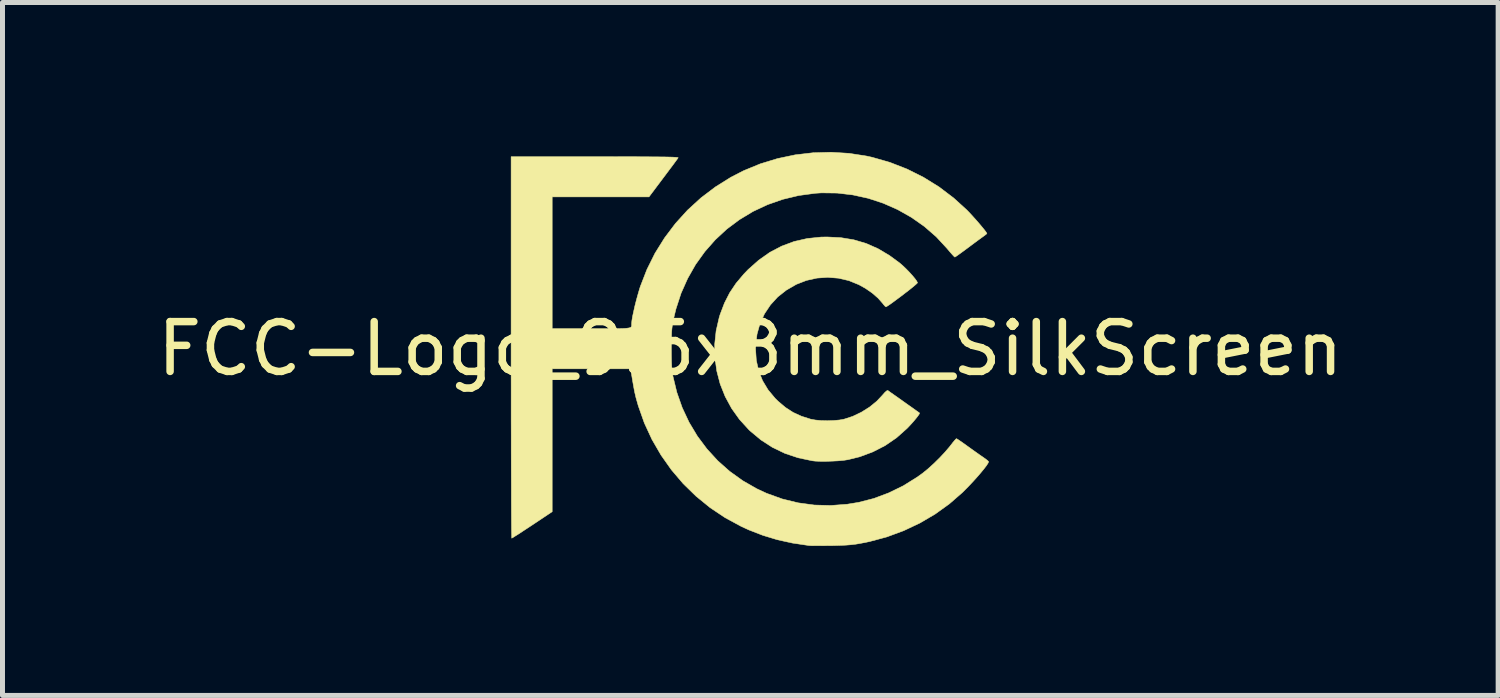
<source format=kicad_pcb>
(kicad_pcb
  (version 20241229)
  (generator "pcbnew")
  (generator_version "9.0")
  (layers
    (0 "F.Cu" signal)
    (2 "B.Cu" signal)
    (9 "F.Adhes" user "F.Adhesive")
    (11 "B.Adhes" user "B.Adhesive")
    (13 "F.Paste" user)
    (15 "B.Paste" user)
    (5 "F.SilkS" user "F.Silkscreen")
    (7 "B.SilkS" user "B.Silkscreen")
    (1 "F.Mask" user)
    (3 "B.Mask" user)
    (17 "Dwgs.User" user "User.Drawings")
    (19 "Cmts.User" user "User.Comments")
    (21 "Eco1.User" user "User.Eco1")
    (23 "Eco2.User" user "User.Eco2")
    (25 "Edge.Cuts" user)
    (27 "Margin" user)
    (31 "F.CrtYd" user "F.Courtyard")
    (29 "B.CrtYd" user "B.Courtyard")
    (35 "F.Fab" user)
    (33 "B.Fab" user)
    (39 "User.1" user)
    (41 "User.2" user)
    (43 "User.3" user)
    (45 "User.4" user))
  (footprint "FCC-Logo_9.6x8mm_SilkScreen"
    (layer "F.Cu")
    (at 12.006 3.948)
    (property "Reference" "FCC-Logo_9.6x8mm_SilkScreen" (at 0 0 0) (layer "F.SilkS") (effects (font (size 1 1) (thickness 0.15))))
    (attr exclude_from_pos_files exclude_from_bom)
    (fp_poly (pts (xy 1.817 -2.229) (xy 2.077 -2.186) (xy 2.324 -2.113) (xy 2.562 -2.008) (xy 2.794 -1.87) (xy 2.999 -1.719) (xy 3.061 -1.665) (xy 3.128 -1.601) (xy 3.194 -1.533) (xy 3.255 -1.465) (xy 3.305 -1.405) (xy 3.34 -1.356) (xy 3.354 -1.326) (xy 3.355 -1.324) (xy 3.341 -1.308) (xy 3.304 -1.275) (xy 3.249 -1.229) (xy 3.18 -1.174) (xy 3.102 -1.114) (xy 3.02 -1.051) (xy 2.939 -0.991) (xy 2.865 -0.936) (xy 2.801 -0.89) (xy 2.752 -0.858) (xy 2.725 -0.842) (xy 2.721 -0.841) (xy 2.703 -0.854) (xy 2.673 -0.888) (xy 2.654 -0.913) (xy 2.564 -1.015) (xy 2.447 -1.117) (xy 2.31 -1.212) (xy 2.179 -1.285) (xy 1.978 -1.367) (xy 1.768 -1.416) (xy 1.553 -1.433) (xy 1.337 -1.418) (xy 1.126 -1.371) (xy 0.922 -1.292) (xy 0.921 -1.291) (xy 0.722 -1.176) (xy 0.549 -1.039) (xy 0.403 -0.879) (xy 0.284 -0.701) (xy 0.194 -0.505) (xy 0.135 -0.295) (xy 0.107 -0.071) (xy 0.105 0.005) (xy 0.12 0.232) (xy 0.167 0.443) (xy 0.245 0.64) (xy 0.355 0.823) (xy 0.498 0.995) (xy 0.557 1.053) (xy 0.705 1.178) (xy 0.858 1.277) (xy 1.026 1.354) (xy 1.211 1.413) (xy 1.304 1.43) (xy 1.42 1.441) (xy 1.547 1.444) (xy 1.675 1.44) (xy 1.793 1.429) (xy 1.881 1.413) (xy 2.056 1.356) (xy 2.229 1.273) (xy 2.393 1.17) (xy 2.538 1.052) (xy 2.647 0.936) (xy 2.696 0.88) (xy 2.734 0.846) (xy 2.757 0.836) (xy 2.758 0.837) (xy 2.776 0.849) (xy 2.817 0.879) (xy 2.877 0.921) (xy 2.95 0.972) (xy 3.03 1.029) (xy 3.114 1.089) (xy 3.196 1.147) (xy 3.27 1.199) (xy 3.331 1.243) (xy 3.375 1.274) (xy 3.396 1.29) (xy 3.396 1.29) (xy 3.391 1.307) (xy 3.367 1.343) (xy 3.327 1.395) (xy 3.277 1.455) (xy 3.22 1.519) (xy 3.162 1.581) (xy 3.142 1.601) (xy 2.934 1.786) (xy 2.705 1.943) (xy 2.457 2.07) (xy 2.194 2.168) (xy 1.958 2.226) (xy 1.873 2.239) (xy 1.765 2.249) (xy 1.645 2.255) (xy 1.522 2.259) (xy 1.405 2.259) (xy 1.306 2.255) (xy 1.244 2.248) (xy 0.959 2.188) (xy 0.693 2.099) (xy 0.444 1.979) (xy 0.212 1.829) (xy -0.005 1.648) (xy -0.029 1.625) (xy -0.217 1.419) (xy -0.376 1.196) (xy -0.505 0.958) (xy -0.605 0.707) (xy -0.673 0.447) (xy -0.71 0.18) (xy -0.715 -0.09) (xy -0.686 -0.361) (xy -0.624 -0.631) (xy -0.605 -0.691) (xy -0.519 -0.917) (xy -0.414 -1.123) (xy -0.286 -1.314) (xy -0.13 -1.499) (xy -0.046 -1.587) (xy 0.168 -1.777) (xy 0.392 -1.935) (xy 0.629 -2.059) (xy 0.878 -2.152) (xy 1.142 -2.212) (xy 1.42 -2.241) (xy 1.542 -2.243) (xy 1.817 -2.229)) (stroke (width 0.01) (type solid)) (fill yes) (layer "F.SilkS"))
    (fp_poly (pts (xy 1.982 -3.921) (xy 2.336 -3.866) (xy 2.444 -3.842) (xy 2.8 -3.74) (xy 3.144 -3.606) (xy 3.474 -3.441) (xy 3.787 -3.247) (xy 4.08 -3.025) (xy 4.344 -2.785) (xy 4.4 -2.727) (xy 4.463 -2.658) (xy 4.529 -2.585) (xy 4.593 -2.511) (xy 4.651 -2.442) (xy 4.699 -2.383) (xy 4.732 -2.339) (xy 4.746 -2.314) (xy 4.747 -2.312) (xy 4.733 -2.298) (xy 4.7 -2.272) (xy 4.672 -2.252) (xy 4.633 -2.224) (xy 4.573 -2.18) (xy 4.497 -2.124) (xy 4.414 -2.062) (xy 4.358 -2.02) (xy 4.278 -1.961) (xy 4.208 -1.91) (xy 4.152 -1.87) (xy 4.116 -1.846) (xy 4.104 -1.839) (xy 4.088 -1.852) (xy 4.055 -1.887) (xy 4.009 -1.939) (xy 3.955 -2.003) (xy 3.944 -2.016) (xy 3.73 -2.247) (xy 3.492 -2.454) (xy 3.233 -2.636) (xy 2.957 -2.792) (xy 2.667 -2.92) (xy 2.366 -3.019) (xy 2.056 -3.087) (xy 1.743 -3.124) (xy 1.427 -3.128) (xy 1.304 -3.12) (xy 0.971 -3.075) (xy 0.65 -2.998) (xy 0.344 -2.891) (xy 0.054 -2.755) (xy -0.218 -2.591) (xy -0.471 -2.402) (xy -0.703 -2.187) (xy -0.912 -1.95) (xy -1.098 -1.691) (xy -1.257 -1.411) (xy -1.39 -1.113) (xy -1.493 -0.797) (xy -1.537 -0.614) (xy -1.553 -0.537) (xy -1.565 -0.47) (xy -1.573 -0.405) (xy -1.579 -0.335) (xy -1.582 -0.252) (xy -1.584 -0.15) (xy -1.585 -0.021) (xy -1.585 -0.009) (xy -1.584 0.136) (xy -1.582 0.253) (xy -1.578 0.349) (xy -1.571 0.43) (xy -1.561 0.504) (xy -1.553 0.552) (xy -1.475 0.874) (xy -1.367 1.182) (xy -1.229 1.476) (xy -1.063 1.753) (xy -0.871 2.01) (xy -0.654 2.247) (xy -0.414 2.46) (xy -0.152 2.648) (xy 0.129 2.809) (xy 0.327 2.901) (xy 0.64 3.014) (xy 0.96 3.092) (xy 1.285 3.136) (xy 1.613 3.145) (xy 1.944 3.12) (xy 2.175 3.082) (xy 2.479 3.004) (xy 2.778 2.892) (xy 3.069 2.75) (xy 3.345 2.578) (xy 3.457 2.498) (xy 3.565 2.41) (xy 3.683 2.303) (xy 3.801 2.187) (xy 3.91 2.07) (xy 4.002 1.962) (xy 4.021 1.937) (xy 4.066 1.879) (xy 4.103 1.835) (xy 4.129 1.808) (xy 4.136 1.804) (xy 4.155 1.814) (xy 4.196 1.841) (xy 4.254 1.881) (xy 4.324 1.931) (xy 4.349 1.949) (xy 4.434 2.01) (xy 4.521 2.072) (xy 4.6 2.128) (xy 4.661 2.17) (xy 4.664 2.172) (xy 4.719 2.211) (xy 4.76 2.243) (xy 4.78 2.264) (xy 4.782 2.267) (xy 4.77 2.296) (xy 4.738 2.345) (xy 4.687 2.412) (xy 4.622 2.491) (xy 4.546 2.579) (xy 4.463 2.671) (xy 4.375 2.764) (xy 4.286 2.854) (xy 4.255 2.885) (xy 3.993 3.113) (xy 3.708 3.318) (xy 3.401 3.498) (xy 3.077 3.651) (xy 2.738 3.776) (xy 2.388 3.87) (xy 2.207 3.906) (xy 2.112 3.922) (xy 2.017 3.933) (xy 1.913 3.941) (xy 1.792 3.946) (xy 1.646 3.95) (xy 1.612 3.95) (xy 1.496 3.951) (xy 1.389 3.952) (xy 1.297 3.952) (xy 1.225 3.951) (xy 1.181 3.949) (xy 1.174 3.948) (xy 0.845 3.899) (xy 0.541 3.832) (xy 0.251 3.744) (xy -0.03 3.635) (xy -0.184 3.564) (xy -0.506 3.39) (xy -0.808 3.188) (xy -1.089 2.959) (xy -1.348 2.706) (xy -1.583 2.43) (xy -1.792 2.134) (xy -1.974 1.82) (xy -2.127 1.489) (xy -2.249 1.143) (xy -2.295 0.981) (xy -2.307 0.929) (xy -2.32 0.874) (xy -2.332 0.812) (xy -2.346 0.735) (xy -2.363 0.639) (xy -2.383 0.516) (xy -2.392 0.46) (xy -2.401 0.403) (xy -3.976 0.403) (xy -3.976 3.27) (xy -4.375 3.536) (xy -4.48 3.605) (xy -4.576 3.668) (xy -4.658 3.722) (xy -4.724 3.763) (xy -4.768 3.791) (xy -4.787 3.801) (xy -4.787 3.801) (xy -4.788 3.784) (xy -4.789 3.733) (xy -4.791 3.651) (xy -4.792 3.538) (xy -4.793 3.396) (xy -4.794 3.228) (xy -4.795 3.034) (xy -4.795 2.816) (xy -4.796 2.575) (xy -4.797 2.314) (xy -4.798 2.034) (xy -4.798 1.736) (xy -4.799 1.422) (xy -4.799 1.093) (xy -4.799 0.752) (xy -4.8 0.4) (xy -4.8 0.038) (xy -4.8 -0.026) (xy -4.8 -3.854) (xy -3.117 -3.854) (xy -2.827 -3.854) (xy -2.571 -3.853) (xy -2.346 -3.853) (xy -2.15 -3.852) (xy -1.983 -3.851) (xy -1.842 -3.85) (xy -1.726 -3.849) (xy -1.633 -3.847) (xy -1.561 -3.845) (xy -1.508 -3.842) (xy -1.472 -3.839) (xy -1.453 -3.836) (xy -1.447 -3.832) (xy -1.448 -3.832) (xy -1.461 -3.813) (xy -1.493 -3.769) (xy -1.54 -3.705) (xy -1.6 -3.625) (xy -1.669 -3.533) (xy -1.745 -3.431) (xy -1.747 -3.429) (xy -2.033 -3.048) (xy -3.976 -3.048) (xy -3.976 -0.403) (xy -3.19 -0.403) (xy -3.001 -0.403) (xy -2.843 -0.403) (xy -2.715 -0.403) (xy -2.613 -0.405) (xy -2.534 -0.407) (xy -2.476 -0.412) (xy -2.434 -0.418) (xy -2.407 -0.426) (xy -2.391 -0.437) (xy -2.384 -0.452) (xy -2.382 -0.469) (xy -2.382 -0.491) (xy -2.382 -0.503) (xy -2.377 -0.56) (xy -2.364 -0.643) (xy -2.342 -0.745) (xy -2.316 -0.861) (xy -2.285 -0.982) (xy -2.252 -1.101) (xy -2.219 -1.213) (xy -2.207 -1.25) (xy -2.075 -1.59) (xy -1.913 -1.916) (xy -1.721 -2.224) (xy -1.503 -2.513) (xy -1.259 -2.782) (xy -0.991 -3.027) (xy -0.701 -3.247) (xy -0.391 -3.441) (xy -0.134 -3.573) (xy 0.199 -3.71) (xy 0.545 -3.816) (xy 0.9 -3.891) (xy 1.26 -3.933) (xy 1.622 -3.943) (xy 1.982 -3.921)) (stroke (width 0.01) (type solid)) (fill yes) (layer "F.SilkS")))
  (gr_rect
    (start -3 -3)
    (end 27.012 10.905)
    (stroke (width 0.1) (type default))
    (fill no)
    (layer "Edge.Cuts")))
</source>
